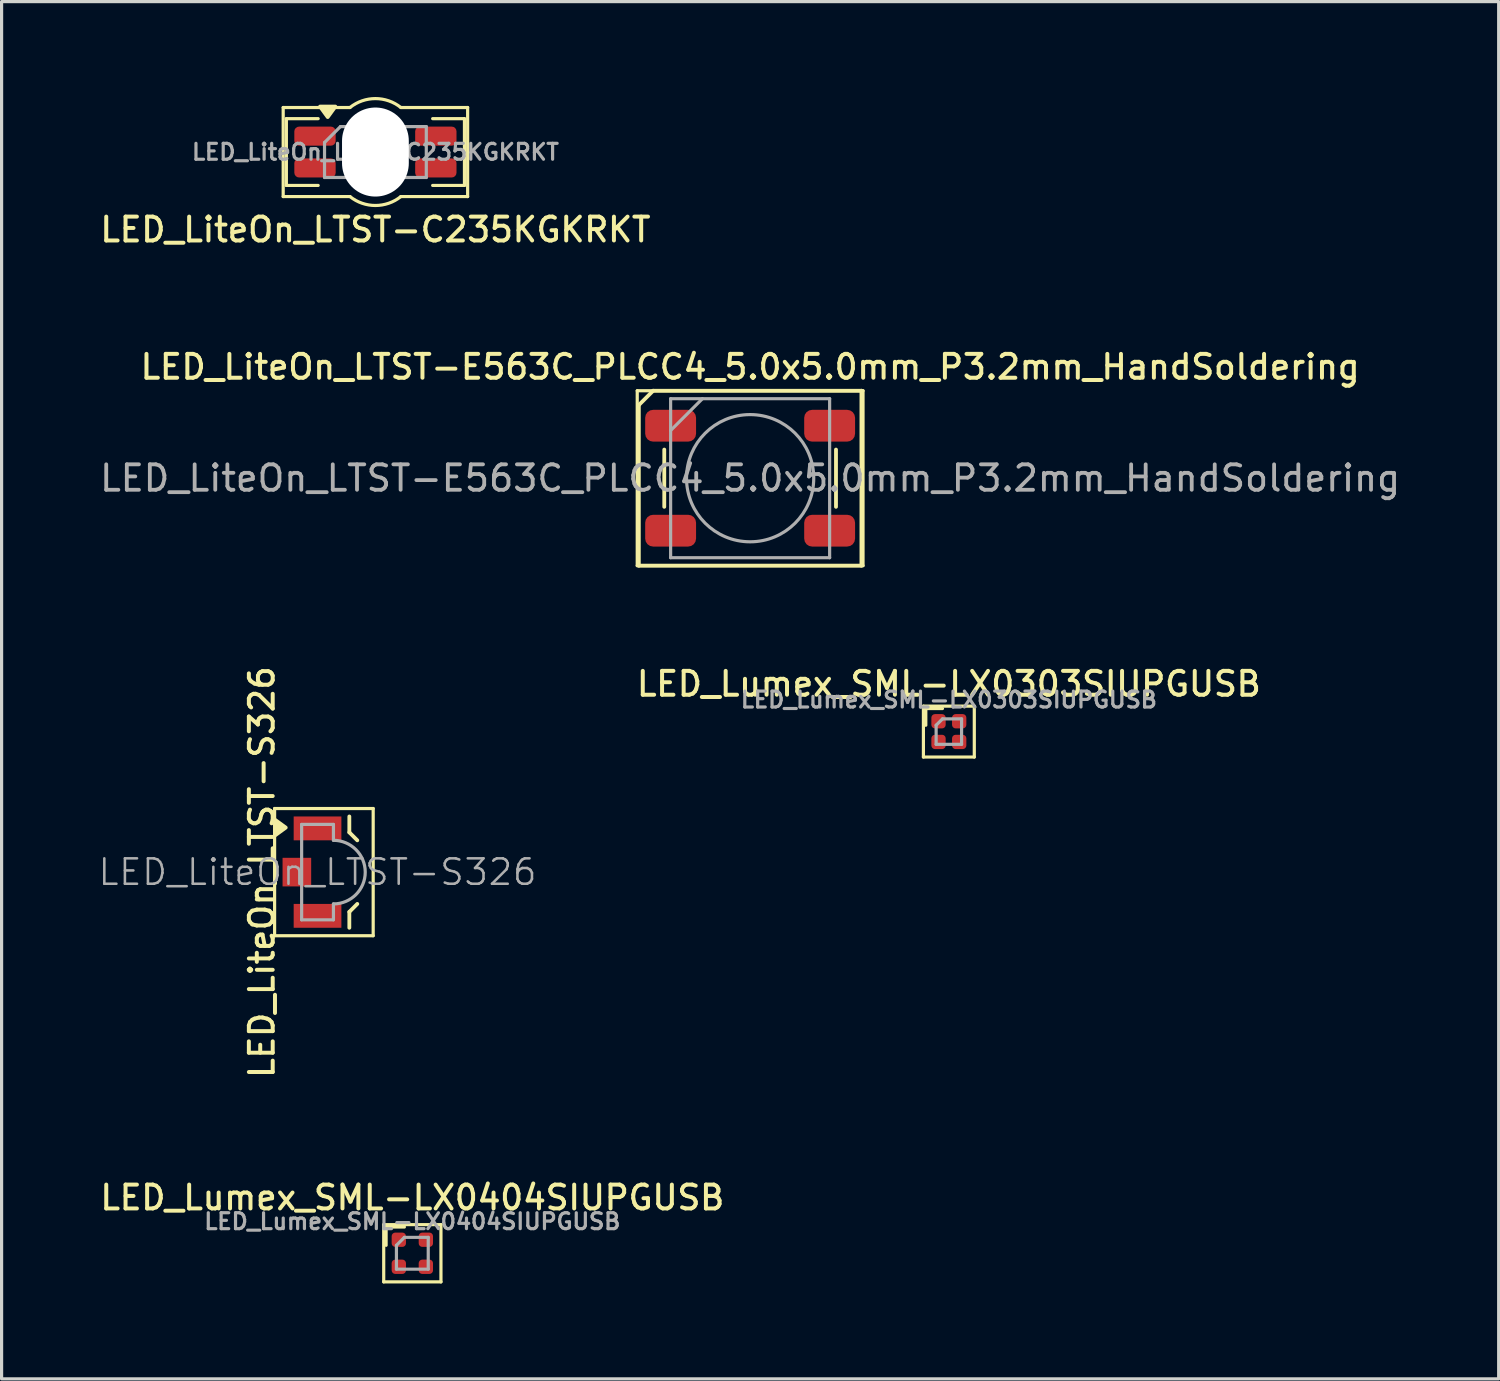
<source format=kicad_pcb>
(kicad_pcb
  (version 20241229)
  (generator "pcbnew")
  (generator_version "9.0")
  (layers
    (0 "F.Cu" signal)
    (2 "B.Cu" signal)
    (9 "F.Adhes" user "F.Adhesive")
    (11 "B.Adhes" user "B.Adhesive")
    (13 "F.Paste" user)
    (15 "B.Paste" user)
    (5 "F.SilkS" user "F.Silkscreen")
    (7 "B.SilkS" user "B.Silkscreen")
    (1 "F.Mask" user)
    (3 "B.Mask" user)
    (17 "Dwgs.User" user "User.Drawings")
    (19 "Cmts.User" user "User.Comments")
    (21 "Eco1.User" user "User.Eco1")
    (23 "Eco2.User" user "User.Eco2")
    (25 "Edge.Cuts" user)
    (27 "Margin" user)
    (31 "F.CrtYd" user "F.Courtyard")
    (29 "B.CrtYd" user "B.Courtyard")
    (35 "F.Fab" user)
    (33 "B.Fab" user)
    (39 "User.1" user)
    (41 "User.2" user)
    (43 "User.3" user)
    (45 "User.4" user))
  (footprint "LED_LiteOn_LTST-S326"
    (layer "F.Cu")
    (at 6.935 24.374)
    (property "Reference" "LED_LiteOn_LTST-S326" (at -1.75 0 90) (layer "F.SilkS") (effects (font (size 0.75 0.75) (thickness 0.125))))
    (attr smd)
    (fp_line (start -1.35 -2) (end 1.75 -2) (stroke (width 0.1) (type solid)) (layer "F.SilkS"))
    (fp_line (start -1.35 2) (end -1.35 -2) (stroke (width 0.1) (type solid)) (layer "F.SilkS"))
    (fp_line (start 1 -1.75) (end 1 -1.25) (stroke (width 0.12) (type solid)) (layer "F.SilkS"))
    (fp_line (start 1 -1.25) (end 1.25 -1) (stroke (width 0.12) (type solid)) (layer "F.SilkS"))
    (fp_line (start 1 1.25) (end 1 1.75) (stroke (width 0.12) (type solid)) (layer "F.SilkS"))
    (fp_line (start 1 1.25) (end 1.25 1) (stroke (width 0.12) (type solid)) (layer "F.SilkS"))
    (fp_line (start 1.75 -2) (end 1.75 2) (stroke (width 0.1) (type solid)) (layer "F.SilkS"))
    (fp_line (start 1.75 2) (end -1.35 2) (stroke (width 0.1) (type solid)) (layer "F.SilkS"))
    (fp_poly (pts (xy -1 -1.4) (xy -1.33 -1.16) (xy -1.33 -1.64) (xy -1 -1.4)) (stroke (width 0.12) (type solid)) (fill yes) (layer "F.SilkS"))
    (fp_line (start -0.5 -1.5) (end -0.5 1.5) (stroke (width 0.1) (type solid)) (layer "F.Fab"))
    (fp_line (start -0.5 -1.5) (end 0.5 -1.5) (stroke (width 0.1) (type solid)) (layer "F.Fab"))
    (fp_line (start 0.5 -1.5) (end 0.5 -1) (stroke (width 0.1) (type solid)) (layer "F.Fab"))
    (fp_line (start 0.5 1.5) (end -0.5 1.5) (stroke (width 0.1) (type solid)) (layer "F.Fab"))
    (fp_line (start 0.5 1.5) (end 0.5 1) (stroke (width 0.1) (type solid)) (layer "F.Fab"))
    (fp_arc (start 0.5 -1) (mid 1.5 0) (end 0.5 1) (stroke (width 0.1) (type solid)) (layer "F.Fab"))
    (fp_text user "${REFERENCE}" (at 0 0 0) (layer "F.Fab") (effects (font (size 0.8 0.8) (thickness 0.08))))
    (pad "1" smd rect (at 0 -1.375 180) (size 1.5 0.75) (layers "F.Cu" "F.Mask" "F.Paste"))
    (pad "2" smd rect (at -0.65 0 180) (size 0.9 0.9) (layers "F.Cu" "F.Mask" "F.Paste"))
    (pad "3" smd rect (at 0 1.375 180) (size 1.5 0.75) (layers "F.Cu" "F.Mask" "F.Paste")))
  (footprint "LED_LiteOn_LTST-C235KGKRKT"
    (layer "F.Cu")
    (at 8.755 1.731)
    (property "Reference" "LED_LiteOn_LTST-C235KGKRKT" (at 0 2.44 0) (layer "F.SilkS") (effects (font (size 0.75 0.75) (thickness 0.125))))
    (attr smd)
    (fp_line (start -2.9 -1.4) (end -0.8 -1.4) (stroke (width 0.1) (type solid)) (layer "F.SilkS"))
    (fp_line (start -2.9 1.4) (end -2.9 -1.4) (stroke (width 0.1) (type solid)) (layer "F.SilkS"))
    (fp_line (start -2.8 -1.05) (end -2.8 1.05) (stroke (width 0.1) (type default)) (layer "F.SilkS"))
    (fp_line (start -2.8 1.05) (end -1.8 1.05) (stroke (width 0.1) (type default)) (layer "F.SilkS"))
    (fp_line (start -1.8 -1.05) (end -2.8 -1.05) (stroke (width 0.1) (type default)) (layer "F.SilkS"))
    (fp_line (start -0.8 1.4) (end -2.9 1.4) (stroke (width 0.1) (type solid)) (layer "F.SilkS"))
    (fp_line (start 0.8 -1.4) (end 2.9 -1.4) (stroke (width 0.1) (type solid)) (layer "F.SilkS"))
    (fp_line (start 1.8 -1.05) (end 2.8 -1.05) (stroke (width 0.1) (type default)) (layer "F.SilkS"))
    (fp_line (start 2.8 -1.05) (end 2.8 1.05) (stroke (width 0.1) (type default)) (layer "F.SilkS"))
    (fp_line (start 2.8 1.05) (end 1.8 1.05) (stroke (width 0.1) (type default)) (layer "F.SilkS"))
    (fp_line (start 2.9 -1.4) (end 2.9 1.4) (stroke (width 0.1) (type solid)) (layer "F.SilkS"))
    (fp_line (start 2.9 1.4) (end 0.8 1.4) (stroke (width 0.1) (type solid)) (layer "F.SilkS"))
    (fp_arc (start -0.800001 -1.399998) (mid -0.000001 -1.680624) (end 0.799999 -1.399999) (stroke (width 0.1) (type default)) (layer "F.SilkS"))
    (fp_arc (start 0.800001 1.399998) (mid 0.000001 1.680624) (end -0.799999 1.399999) (stroke (width 0.1) (type default)) (layer "F.SilkS"))
    (fp_poly (pts (xy -1.5 -1.1) (xy -1.74 -1.43) (xy -1.26 -1.43) (xy -1.5 -1.1)) (stroke (width 0.12) (type solid)) (fill yes) (layer "F.SilkS"))
    (fp_line (start -1.6 -0.3) (end -1.6 0.8) (stroke (width 0.1) (type default)) (layer "F.Fab"))
    (fp_line (start -1.6 0.8) (end 1.6 0.8) (stroke (width 0.1) (type default)) (layer "F.Fab"))
    (fp_line (start -1.1 -0.8) (end -1.6 -0.3) (stroke (width 0.1) (type default)) (layer "F.Fab"))
    (fp_line (start -0.8 -0.75) (end 0.8 -0.75) (stroke (width 0.1) (type default)) (layer "F.Fab"))
    (fp_line (start -0.8 0.75) (end -0.8 -0.75) (stroke (width 0.1) (type default)) (layer "F.Fab"))
    (fp_line (start 0.8 -0.75) (end 0.8 0.75) (stroke (width 0.1) (type default)) (layer "F.Fab"))
    (fp_line (start 0.8 0.75) (end -0.8 0.75) (stroke (width 0.1) (type default)) (layer "F.Fab"))
    (fp_line (start 1.6 -0.8) (end -1.1 -0.8) (stroke (width 0.1) (type default)) (layer "F.Fab"))
    (fp_line (start 1.6 0.8) (end 1.6 -0.8) (stroke (width 0.1) (type default)) (layer "F.Fab"))
    (fp_text user "${REFERENCE}" (at 0 0 0) (layer "F.Fab") (effects (font (size 0.5 0.5) (thickness 0.1) (bold yes))))
    (pad "" np_thru_hole oval (at 0 0) (size 2.1 2.8) (drill oval 2.1 2.8) (layers "*.Cu" "*.Mask"))
    (pad "1" smd roundrect (at -1.9 -0.5 180) (size 1.3 0.6) (layers "F.Cu" "F.Mask" "F.Paste") (roundrect_rratio 0.25))
    (pad "2" smd roundrect (at 1.9 -0.5 180) (size 1.3 0.6) (layers "F.Cu" "F.Mask" "F.Paste") (roundrect_rratio 0.25))
    (pad "3" smd roundrect (at 1.9 0.5 180) (size 1.3 0.6) (layers "F.Cu" "F.Mask" "F.Paste") (roundrect_rratio 0.25))
    (pad "4" smd roundrect (at -1.9 0.5 180) (size 1.3 0.6) (layers "F.Cu" "F.Mask" "F.Paste") (roundrect_rratio 0.25)))
  (footprint "LED_Lumex_SML-LX0404SIUPGUSB"
    (layer "F.Cu")
    (at 9.916 36.359)
    (property "Reference" "LED_Lumex_SML-LX0404SIUPGUSB" (at 0 -1.75 0) (layer "F.SilkS") (effects (font (size 0.75 0.75) (thickness 0.125))))
    (attr smd)
    (fp_line (start -0.9 -0.9) (end -0.9 0.9) (stroke (width 0.1) (type solid)) (layer "F.SilkS"))
    (fp_line (start -0.9 0.9) (end 0.9 0.9) (stroke (width 0.1) (type solid)) (layer "F.SilkS"))
    (fp_line (start -0.825 -0.825) (end -0.825 -0.25) (stroke (width 0.1) (type solid)) (layer "F.SilkS"))
    (fp_line (start -0.25 -0.825) (end -0.825 -0.825) (stroke (width 0.1) (type solid)) (layer "F.SilkS"))
    (fp_line (start 0.9 -0.9) (end -0.9 -0.9) (stroke (width 0.1) (type solid)) (layer "F.SilkS"))
    (fp_line (start 0.9 0.9) (end 0.9 -0.9) (stroke (width 0.1) (type solid)) (layer "F.SilkS"))
    (fp_line (start -0.5 -0.25) (end -0.5 0.5) (stroke (width 0.1) (type solid)) (layer "F.Fab"))
    (fp_line (start -0.5 0.5) (end 0.5 0.5) (stroke (width 0.1) (type solid)) (layer "F.Fab"))
    (fp_line (start -0.25 -0.5) (end -0.5 -0.25) (stroke (width 0.1) (type solid)) (layer "F.Fab"))
    (fp_line (start 0.5 -0.5) (end -0.25 -0.5) (stroke (width 0.1) (type solid)) (layer "F.Fab"))
    (fp_line (start 0.5 0.5) (end 0.5 -0.5) (stroke (width 0.1) (type solid)) (layer "F.Fab"))
    (fp_text user "${REFERENCE}" (at 0 -1 0) (layer "F.Fab") (effects (font (size 0.5 0.5) (thickness 0.1))))
    (pad "1" smd roundrect (at -0.425 -0.425) (size 0.45 0.45) (layers "F.Cu" "F.Mask" "F.Paste") (roundrect_rratio 0.25))
    (pad "2" smd roundrect (at 0.425 -0.425) (size 0.45 0.45) (layers "F.Cu" "F.Mask" "F.Paste") (roundrect_rratio 0.25))
    (pad "3" smd roundrect (at 0.425 0.425) (size 0.45 0.45) (layers "F.Cu" "F.Mask" "F.Paste") (roundrect_rratio 0.25))
    (pad "4" smd roundrect (at -0.425 0.425) (size 0.45 0.45) (layers "F.Cu" "F.Mask" "F.Paste") (roundrect_rratio 0.25)))
  (footprint "LED_Lumex_SML-LX0303SIUPGUSB"
    (layer "F.Cu")
    (at 26.787 19.955)
    (property "Reference" "LED_Lumex_SML-LX0303SIUPGUSB" (at 0 -1.5 0) (layer "F.SilkS") (effects (font (size 0.75 0.75) (thickness 0.125))))
    (attr smd)
    (fp_line (start -0.8 -0.8) (end -0.8 0.8) (stroke (width 0.1) (type solid)) (layer "F.SilkS"))
    (fp_line (start -0.8 0.8) (end 0.8 0.8) (stroke (width 0.1) (type solid)) (layer "F.SilkS"))
    (fp_line (start -0.725 -0.725) (end -0.725 -0.2) (stroke (width 0.1) (type solid)) (layer "F.SilkS"))
    (fp_line (start -0.2 -0.725) (end -0.725 -0.725) (stroke (width 0.1) (type solid)) (layer "F.SilkS"))
    (fp_line (start 0.8 -0.8) (end -0.8 -0.8) (stroke (width 0.1) (type solid)) (layer "F.SilkS"))
    (fp_line (start 0.8 0.8) (end 0.8 -0.8) (stroke (width 0.1) (type solid)) (layer "F.SilkS"))
    (fp_line (start -0.4 -0.2) (end -0.4 0.4) (stroke (width 0.1) (type solid)) (layer "F.Fab"))
    (fp_line (start -0.4 0.4) (end 0.4 0.4) (stroke (width 0.1) (type solid)) (layer "F.Fab"))
    (fp_line (start -0.2 -0.4) (end -0.4 -0.2) (stroke (width 0.1) (type solid)) (layer "F.Fab"))
    (fp_line (start 0.4 -0.4) (end -0.2 -0.4) (stroke (width 0.1) (type solid)) (layer "F.Fab"))
    (fp_line (start 0.4 0.4) (end 0.4 -0.4) (stroke (width 0.1) (type solid)) (layer "F.Fab"))
    (fp_text user "${REFERENCE}" (at 0 -1 0) (layer "F.Fab") (effects (font (size 0.5 0.5) (thickness 0.1))))
    (pad "1" smd roundrect (at -0.325 -0.325) (size 0.45 0.45) (layers "F.Cu" "F.Mask" "F.Paste") (roundrect_rratio 0.25))
    (pad "2" smd roundrect (at 0.325 -0.325) (size 0.45 0.45) (layers "F.Cu" "F.Mask" "F.Paste") (roundrect_rratio 0.25))
    (pad "3" smd roundrect (at 0.325 0.325) (size 0.45 0.45) (layers "F.Cu" "F.Mask" "F.Paste") (roundrect_rratio 0.25))
    (pad "4" smd roundrect (at -0.325 0.325) (size 0.45 0.45) (layers "F.Cu" "F.Mask" "F.Paste") (roundrect_rratio 0.25)))
  (footprint "LED_LiteOn_LTST-E563C_PLCC4_5.0x5.0mm_P3.2mm_HandSoldering"
    (layer "F.Cu")
    (at 20.538 11.987)
    (property "Reference" "LED_LiteOn_LTST-E563C_PLCC4_5.0x5.0mm_P3.2mm_HandSoldering" (at 0 -3.5 0) (layer "F.SilkS") (effects (font (size 0.75 0.75) (thickness 0.125))))
    (attr smd)
    (fp_line (start -3.55 -2.75) (end -3.55 2.75) (stroke (width 0.1) (type solid)) (layer "F.SilkS"))
    (fp_line (start -3.55 2.75) (end 3.55 2.75) (stroke (width 0.1) (type solid)) (layer "F.SilkS"))
    (fp_line (start -3.5 -2.3) (end -3.5 2.75) (stroke (width 0.12) (type default)) (layer "F.SilkS"))
    (fp_line (start -3.05 -2.75) (end -3.5 -2.3) (stroke (width 0.12) (type default)) (layer "F.SilkS"))
    (fp_line (start -2.7 -0.9) (end -2.7 0.9) (stroke (width 0.12) (type default)) (layer "F.SilkS"))
    (fp_line (start 2.7 -0.9) (end 2.7 0.9) (stroke (width 0.12) (type default)) (layer "F.SilkS"))
    (fp_line (start 3.5 -2.75) (end -3.05 -2.75) (stroke (width 0.12) (type solid)) (layer "F.SilkS"))
    (fp_line (start 3.5 2.75) (end -3.5 2.75) (stroke (width 0.12) (type solid)) (layer "F.SilkS"))
    (fp_line (start 3.5 2.75) (end 3.5 -2.75) (stroke (width 0.12) (type default)) (layer "F.SilkS"))
    (fp_line (start 3.55 -2.75) (end -3.55 -2.75) (stroke (width 0.1) (type solid)) (layer "F.SilkS"))
    (fp_line (start 3.55 2.75) (end 3.55 -2.75) (stroke (width 0.1) (type solid)) (layer "F.SilkS"))
    (fp_line (start -2.5 -2.5) (end -2.5 2.5) (stroke (width 0.1) (type solid)) (layer "F.Fab"))
    (fp_line (start -2.5 -1.5) (end -1.5 -2.5) (stroke (width 0.1) (type solid)) (layer "F.Fab"))
    (fp_line (start -2.5 2.5) (end 2.5 2.5) (stroke (width 0.1) (type solid)) (layer "F.Fab"))
    (fp_line (start 2.5 -2.5) (end -2.5 -2.5) (stroke (width 0.1) (type solid)) (layer "F.Fab"))
    (fp_line (start 2.5 2.5) (end 2.5 -2.5) (stroke (width 0.1) (type solid)) (layer "F.Fab"))
    (fp_circle (center 0 0) (end 0 2) (stroke (width 0.1) (type solid)) (fill no) (layer "F.Fab"))
    (fp_text user "${REFERENCE}" (at 0 0 0) (layer "F.Fab") (effects (font (size 0.8 0.8) (thickness 0.12))))
    (pad "1" smd roundrect (at -2.5 -1.65) (size 1.6 1) (layers "F.Cu" "F.Mask" "F.Paste") (roundrect_rratio 0.25))
    (pad "2" smd roundrect (at -2.5 1.65) (size 1.6 1) (layers "F.Cu" "F.Mask" "F.Paste") (roundrect_rratio 0.25))
    (pad "3" smd roundrect (at 2.5 -1.65) (size 1.6 1) (layers "F.Cu" "F.Mask" "F.Paste") (roundrect_rratio 0.25))
    (pad "4" smd roundrect (at 2.5 1.65) (size 1.6 1) (layers "F.Cu" "F.Mask" "F.Paste") (roundrect_rratio 0.25)))
  (gr_rect
    (start -3 -3)
    (end 44.076 40.309)
    (stroke (width 0.1) (type default))
    (fill no)
    (layer "Edge.Cuts")))
</source>
